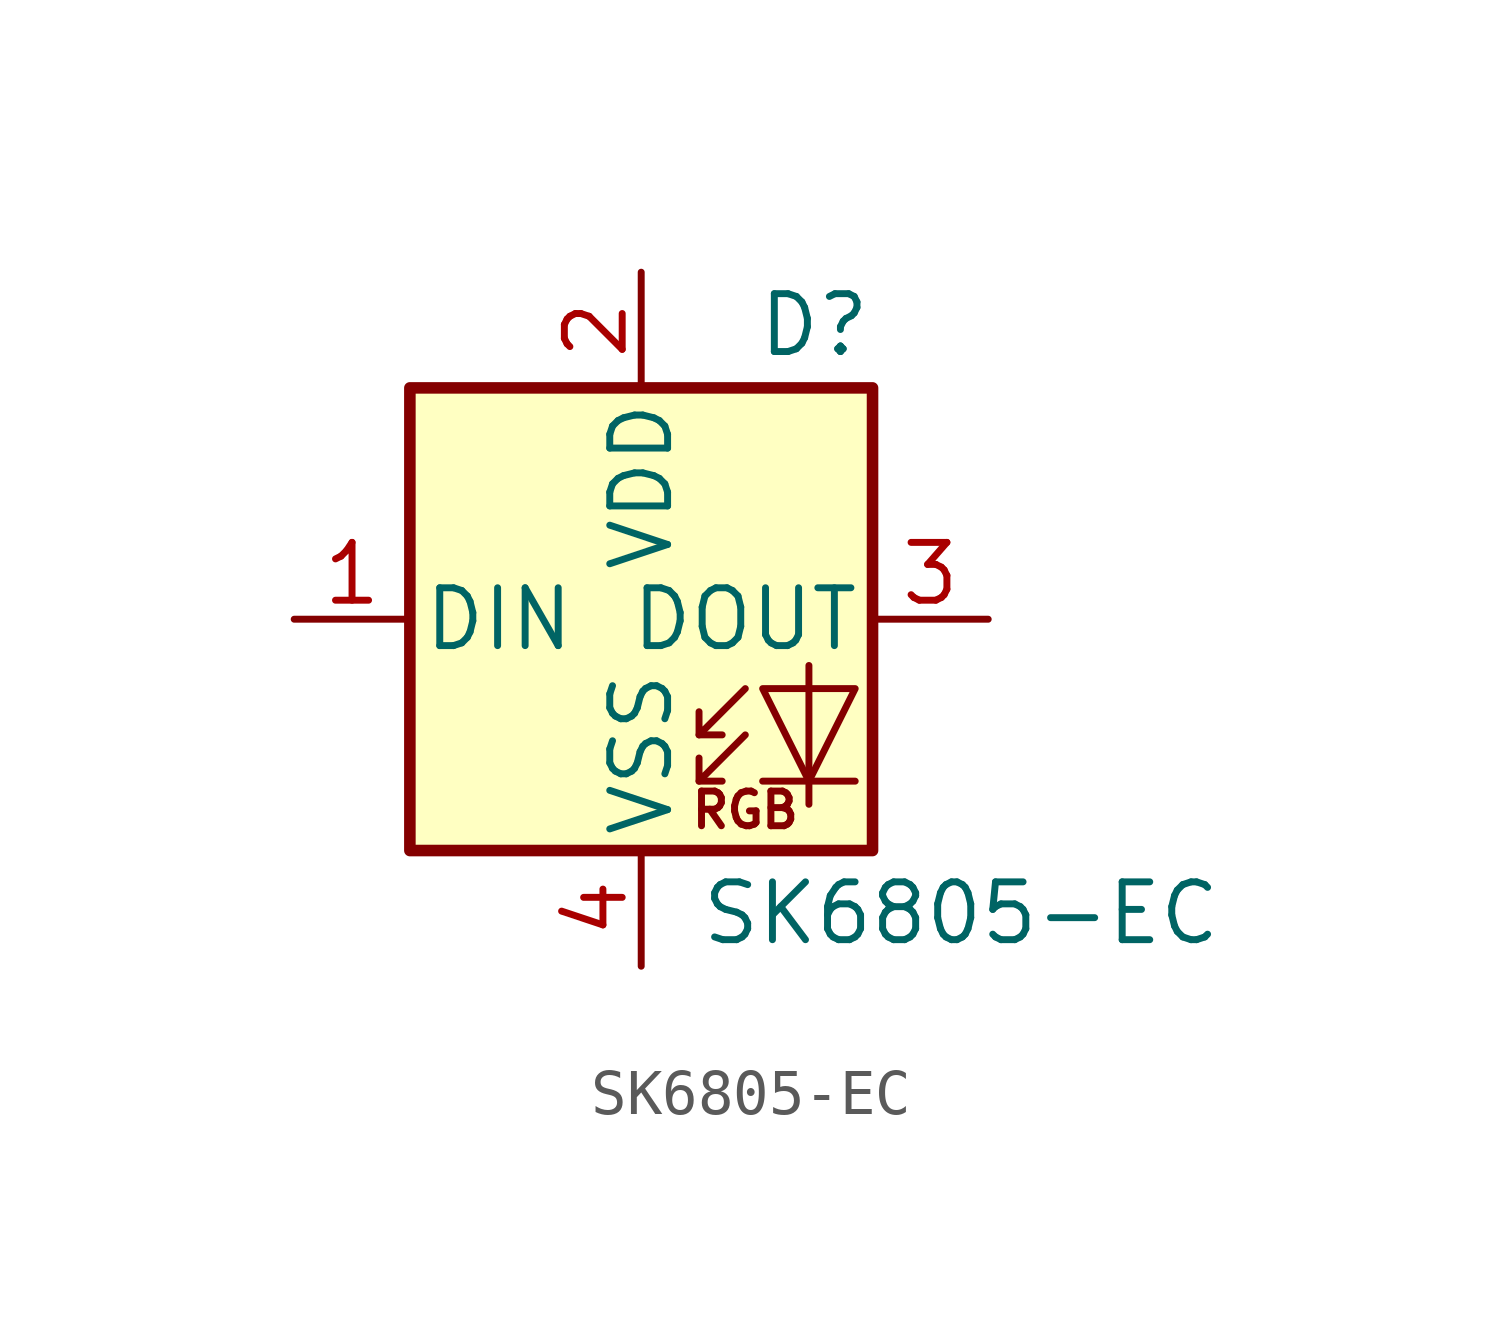
<source format=kicad_sym>
(kicad_symbol_lib
  (version 20211014)
  (generator kicad_symbol_editor)
  (symbol "SK6805-EC"
    (pin_names
      (offset 0.254))
    (property "Reference" "D"
      (at 5.08 5.715 0)
      (effects (font (size 1.27 1.27)) (justify right bottom)))
    (property "Value" "SK6805-EC"
      (at 1.27 -5.715 0)
      (effects (font (size 1.27 1.27)) (justify left top)))
    (symbol "SK6805-EC_0_0"
      (text "RGB" (at 2.286 -4.191 0) (effects (font (size 0.762 0.762)))))
    (symbol "SK6805-EC_0_1"
      (polyline (pts (xy 1.27 -3.556) (xy 1.778 -3.556)) (stroke (width 0) (type default) (color 0 0 0 0)) (fill (type none)))
      (polyline (pts (xy 1.27 -2.54) (xy 1.778 -2.54)) (stroke (width 0) (type default) (color 0 0 0 0)) (fill (type none)))
      (polyline (pts (xy 4.699 -3.556) (xy 2.667 -3.556)) (stroke (width 0) (type default) (color 0 0 0 0)) (fill (type none)))
      (polyline (pts (xy 2.286 -2.54) (xy 1.27 -3.556) (xy 1.27 -3.048)) (stroke (width 0) (type default) (color 0 0 0 0)) (fill (type none)))
      (polyline (pts (xy 2.286 -1.524) (xy 1.27 -2.54) (xy 1.27 -2.032)) (stroke (width 0) (type default) (color 0 0 0 0)) (fill (type none)))
      (polyline (pts (xy 3.683 -1.016) (xy 3.683 -3.556) (xy 3.683 -4.064)) (stroke (width 0) (type default) (color 0 0 0 0)) (fill (type none)))
      (polyline (pts (xy 4.699 -1.524) (xy 2.667 -1.524) (xy 3.683 -3.556) (xy 4.699 -1.524)) (stroke (width 0) (type default) (color 0 0 0 0)) (fill (type none)))
      (rectangle (start 5.08 5.08) (end -5.08 -5.08) (stroke (width 0.254) (type default) (color 0 0 0 0)) (fill (type background))))
    (symbol "SK6805-EC_1_1"
      (pin input line (at -7.62 0 0) (length 2.54) (name "DIN" (effects (font (size 1.27 1.27)))) (number "1" (effects (font (size 1.27 1.27)))))
      (pin power_in line (at 0 7.62 270) (length 2.54) (name "VDD" (effects (font (size 1.27 1.27)))) (number "2" (effects (font (size 1.27 1.27)))))
      (pin output line (at 7.62 0 180) (length 2.54) (name "DOUT" (effects (font (size 1.27 1.27)))) (number "3" (effects (font (size 1.27 1.27)))))
      (pin power_in line (at 0 -7.62 90) (length 2.54) (name "VSS" (effects (font (size 1.27 1.27)))) (number "4" (effects (font (size 1.27 1.27))))))))
</source>
